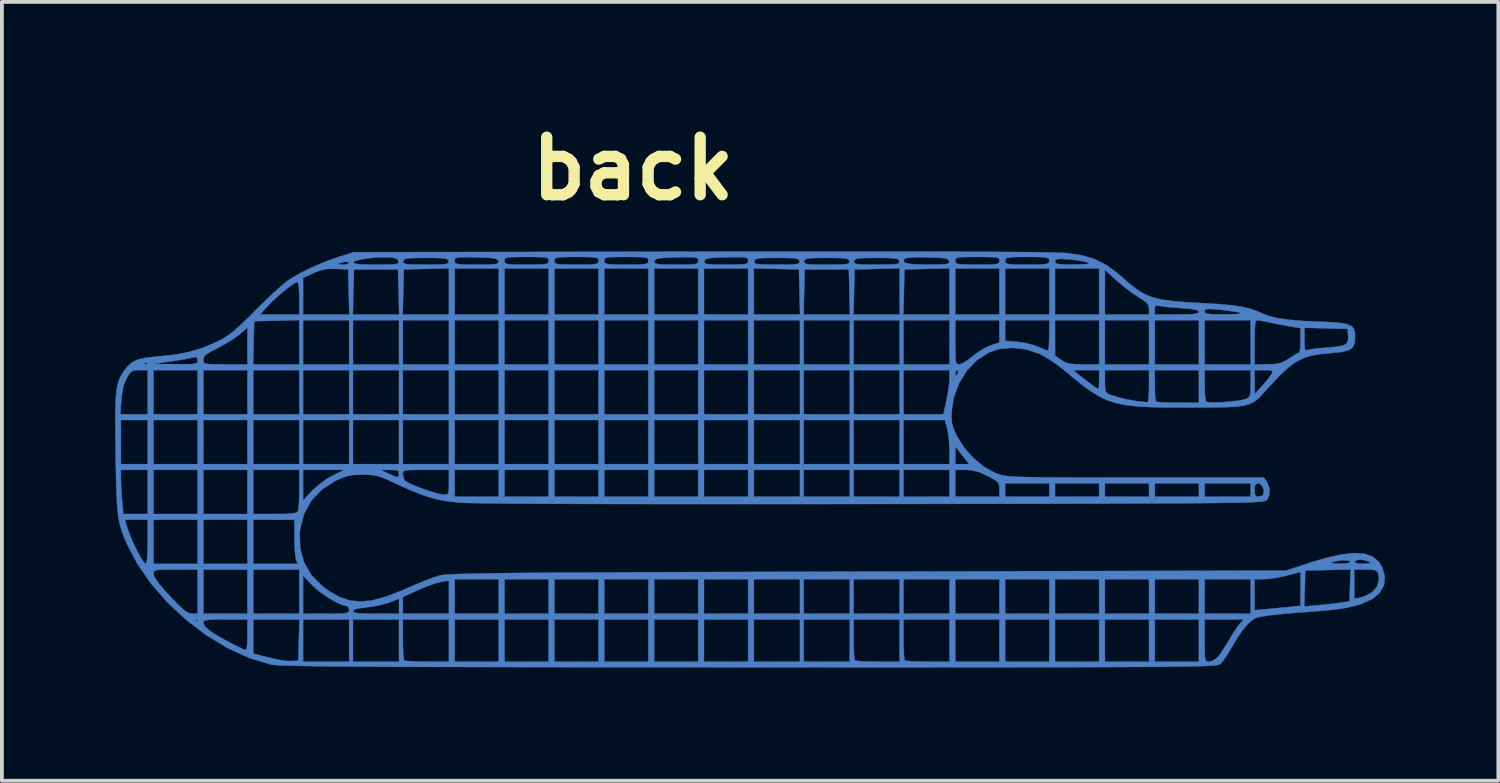
<source format=kicad_pcb>
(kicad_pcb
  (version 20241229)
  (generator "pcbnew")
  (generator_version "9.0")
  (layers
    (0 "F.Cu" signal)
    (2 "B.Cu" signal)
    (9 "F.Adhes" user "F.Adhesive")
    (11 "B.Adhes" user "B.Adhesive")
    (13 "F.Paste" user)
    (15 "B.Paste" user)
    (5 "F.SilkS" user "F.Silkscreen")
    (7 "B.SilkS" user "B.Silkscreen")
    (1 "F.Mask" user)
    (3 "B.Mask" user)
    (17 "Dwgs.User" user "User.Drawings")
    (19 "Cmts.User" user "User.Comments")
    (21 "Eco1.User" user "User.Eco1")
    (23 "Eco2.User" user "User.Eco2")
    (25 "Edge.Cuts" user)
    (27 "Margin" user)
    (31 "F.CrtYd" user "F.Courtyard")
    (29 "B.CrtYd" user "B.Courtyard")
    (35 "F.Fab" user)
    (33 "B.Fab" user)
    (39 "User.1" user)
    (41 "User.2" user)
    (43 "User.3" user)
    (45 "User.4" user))
  (footprint "back"
    (layer "F.Cu")
    (at 13.715 1.418)
    (property "Reference" "back" (at 0 0 0) (layer "F.SilkS") (effects (font (size 1.524 1.524) (thickness 0.3))))
    (attr through_hole)
    (fp_poly (pts (xy 6.536 2.193) (xy 7.481 2.194) (xy 8.328 2.196) (xy 9.076 2.199) (xy 9.724 2.203) (xy 10.273 2.207) (xy 10.722 2.212) (xy 11.071 2.218) (xy 11.318 2.225) (xy 11.465 2.232) (xy 11.479 2.234) (xy 11.887 2.294) (xy 12.228 2.395) (xy 12.535 2.551) (xy 12.838 2.774) (xy 12.966 2.887) (xy 13.177 3.07) (xy 13.367 3.214) (xy 13.555 3.324) (xy 13.758 3.405) (xy 13.995 3.464) (xy 14.281 3.505) (xy 14.636 3.535) (xy 15.037 3.558) (xy 15.474 3.583) (xy 15.826 3.615) (xy 16.108 3.654) (xy 16.335 3.705) (xy 16.523 3.769) (xy 16.637 3.821) (xy 16.824 3.897) (xy 17.062 3.956) (xy 17.366 4) (xy 17.747 4.032) (xy 18.147 4.05) (xy 18.485 4.065) (xy 18.735 4.084) (xy 18.91 4.115) (xy 19.023 4.163) (xy 19.088 4.234) (xy 19.117 4.333) (xy 19.124 4.466) (xy 19.124 4.474) (xy 19.109 4.63) (xy 19.055 4.738) (xy 18.946 4.81) (xy 18.766 4.854) (xy 18.5 4.881) (xy 18.5 4.881) (xy 18.205 4.909) (xy 17.961 4.951) (xy 17.749 5.018) (xy 17.552 5.119) (xy 17.354 5.266) (xy 17.137 5.467) (xy 16.885 5.734) (xy 16.725 5.91) (xy 16.622 6.023) (xy 16.527 6.114) (xy 16.429 6.184) (xy 16.315 6.236) (xy 16.172 6.274) (xy 15.988 6.299) (xy 15.75 6.314) (xy 15.446 6.322) (xy 15.064 6.324) (xy 14.681 6.325) (xy 14.156 6.323) (xy 13.718 6.314) (xy 13.353 6.295) (xy 13.044 6.26) (xy 12.779 6.205) (xy 12.542 6.125) (xy 12.319 6.017) (xy 12.095 5.875) (xy 11.855 5.696) (xy 11.585 5.475) (xy 11.423 5.338) (xy 11.421 5.336) (xy 11.659 5.336) (xy 11.786 5.44) (xy 11.924 5.55) (xy 12.071 5.663) (xy 12.203 5.76) (xy 12.296 5.825) (xy 12.327 5.842) (xy 12.337 5.796) (xy 12.343 5.679) (xy 12.344 5.588) (xy 12.344 5.334) (xy 12.497 5.334) (xy 12.497 5.633) (xy 12.501 5.802) (xy 12.52 5.899) (xy 12.565 5.953) (xy 12.636 5.987) (xy 12.835 6.05) (xy 13.084 6.11) (xy 13.331 6.154) (xy 13.411 6.163) (xy 13.541 6.178) (xy 13.623 6.189) (xy 13.627 6.189) (xy 13.644 6.146) (xy 13.657 6.025) (xy 13.665 5.847) (xy 13.665 5.766) (xy 13.665 5.334) (xy 13.818 5.334) (xy 13.818 5.732) (xy 13.822 5.924) (xy 13.832 6.075) (xy 13.848 6.157) (xy 13.851 6.164) (xy 13.913 6.178) (xy 14.054 6.189) (xy 14.252 6.196) (xy 14.436 6.198) (xy 14.986 6.198) (xy 14.986 5.334) (xy 15.138 5.334) (xy 15.138 5.732) (xy 15.143 5.925) (xy 15.155 6.078) (xy 15.172 6.163) (xy 15.177 6.17) (xy 15.245 6.186) (xy 15.386 6.191) (xy 15.574 6.185) (xy 15.78 6.171) (xy 15.977 6.149) (xy 16.138 6.123) (xy 16.218 6.101) (xy 16.291 6.067) (xy 16.333 6.019) (xy 16.352 5.929) (xy 16.357 5.774) (xy 16.358 5.691) (xy 16.358 5.334) (xy 16.459 5.334) (xy 16.463 5.969) (xy 16.669 5.742) (xy 16.788 5.604) (xy 16.883 5.483) (xy 16.922 5.424) (xy 16.94 5.371) (xy 16.907 5.344) (xy 16.802 5.335) (xy 16.715 5.334) (xy 16.459 5.334) (xy 16.358 5.334) (xy 15.138 5.334) (xy 14.986 5.334) (xy 13.818 5.334) (xy 13.665 5.334) (xy 12.497 5.334) (xy 12.344 5.334) (xy 12.002 5.335) (xy 11.659 5.336) (xy 11.421 5.336) (xy 11.218 5.18) (xy 10.986 5.026) (xy 10.776 4.909) (xy 10.77 4.906) (xy 10.418 4.786) (xy 10.049 4.743) (xy 9.693 4.777) (xy 9.439 4.861) (xy 9.119 5.061) (xy 8.848 5.338) (xy 8.637 5.675) (xy 8.497 6.053) (xy 8.443 6.389) (xy 8.435 6.595) (xy 8.448 6.747) (xy 8.491 6.89) (xy 8.574 7.071) (xy 8.579 7.082) (xy 8.769 7.386) (xy 9.02 7.667) (xy 9.305 7.901) (xy 9.599 8.062) (xy 9.627 8.073) (xy 9.685 8.094) (xy 9.745 8.112) (xy 9.815 8.127) (xy 9.902 8.14) (xy 10.014 8.15) (xy 10.159 8.159) (xy 10.344 8.165) (xy 10.579 8.17) (xy 10.869 8.174) (xy 11.223 8.176) (xy 11.65 8.178) (xy 12.156 8.178) (xy 12.749 8.179) (xy 13.309 8.179) (xy 16.707 8.179) (xy 16.787 8.292) (xy 16.857 8.468) (xy 16.847 8.653) (xy 16.793 8.766) (xy 16.784 8.777) (xy 16.768 8.788) (xy 16.744 8.798) (xy 16.706 8.807) (xy 16.651 8.815) (xy 16.574 8.822) (xy 16.471 8.829) (xy 16.338 8.835) (xy 16.171 8.84) (xy 15.966 8.845) (xy 15.718 8.849) (xy 15.424 8.853) (xy 15.079 8.856) (xy 14.68 8.859) (xy 14.222 8.862) (xy 13.701 8.864) (xy 13.112 8.867) (xy 12.453 8.869) (xy 11.718 8.87) (xy 10.903 8.872) (xy 10.005 8.874) (xy 9.019 8.875) (xy 7.941 8.877) (xy 6.767 8.879) (xy 6.341 8.879) (xy 5.041 8.881) (xy 3.813 8.882) (xy 2.659 8.882) (xy 1.581 8.882) (xy 0.583 8.881) (xy -0.336 8.88) (xy -1.171 8.878) (xy -1.921 8.875) (xy -2.584 8.872) (xy -3.158 8.868) (xy -3.641 8.864) (xy -4.03 8.859) (xy -4.323 8.854) (xy -4.518 8.848) (xy -4.597 8.843) (xy -4.909 8.808) (xy -5.185 8.758) (xy -5.454 8.684) (xy -5.742 8.578) (xy -6.077 8.434) (xy -6.274 8.342) (xy -6.508 8.235) (xy -6.682 8.165) (xy -6.826 8.125) (xy -6.971 8.107) (xy -7.146 8.103) (xy -7.164 8.103) (xy -7.389 8.11) (xy -7.564 8.138) (xy -7.738 8.201) (xy -7.886 8.27) (xy -8.239 8.496) (xy -8.515 8.785) (xy -8.707 9.129) (xy -8.813 9.524) (xy -8.827 9.656) (xy -8.813 10.07) (xy -8.706 10.442) (xy -8.507 10.773) (xy -8.214 11.066) (xy -8.056 11.182) (xy -7.783 11.338) (xy -7.51 11.433) (xy -7.225 11.464) (xy -6.911 11.433) (xy -6.574 11.343) (xy -6.096 11.343) (xy -6.096 11.786) (xy -4.877 11.786) (xy -4.877 10.909) (xy -5.085 10.942) (xy -5.23 10.98) (xy -5.429 11.049) (xy -5.644 11.136) (xy -5.695 11.159) (xy -6.096 11.343) (xy -6.574 11.343) (xy -6.553 11.337) (xy -6.137 11.177) (xy -6.005 11.119) (xy -5.749 11.009) (xy -5.497 10.907) (xy -5.402 10.871) (xy -4.724 10.871) (xy -4.724 11.786) (xy -3.556 11.786) (xy -3.556 10.871) (xy -3.404 10.871) (xy -3.404 11.786) (xy -2.235 11.786) (xy -2.235 10.871) (xy -2.083 10.871) (xy -2.083 11.786) (xy -0.914 11.786) (xy -0.914 10.871) (xy -0.762 10.871) (xy -0.762 11.786) (xy 0.406 11.786) (xy 0.406 10.871) (xy 0.559 10.871) (xy 0.559 11.786) (xy 1.727 11.786) (xy 1.727 10.871) (xy 1.88 10.871) (xy 1.88 11.786) (xy 3.048 11.786) (xy 3.048 10.871) (xy 3.2 10.871) (xy 3.2 11.786) (xy 4.42 11.786) (xy 4.42 10.871) (xy 4.521 10.871) (xy 4.521 11.786) (xy 5.74 11.786) (xy 5.74 10.871) (xy 5.842 10.871) (xy 5.842 11.786) (xy 7.061 11.786) (xy 7.061 10.871) (xy 7.163 10.871) (xy 7.163 11.786) (xy 8.382 11.786) (xy 8.382 10.871) (xy 8.534 10.871) (xy 8.534 11.786) (xy 9.703 11.786) (xy 9.703 10.871) (xy 9.855 10.871) (xy 9.855 11.786) (xy 11.024 11.786) (xy 11.024 10.871) (xy 11.176 10.871) (xy 11.176 11.786) (xy 12.344 11.786) (xy 12.344 10.871) (xy 12.497 10.871) (xy 12.497 11.786) (xy 13.665 11.786) (xy 13.665 10.871) (xy 13.818 10.871) (xy 13.818 11.786) (xy 14.986 11.786) (xy 14.986 10.871) (xy 15.138 10.871) (xy 15.138 11.786) (xy 16.358 11.786) (xy 16.358 10.871) (xy 16.459 10.871) (xy 16.459 11.692) (xy 16.802 11.661) (xy 17.032 11.64) (xy 17.267 11.617) (xy 17.412 11.603) (xy 17.502 11.593) (xy 17.776 11.593) (xy 18.172 11.557) (xy 18.395 11.535) (xy 18.607 11.511) (xy 18.764 11.489) (xy 18.771 11.488) (xy 18.974 11.454) (xy 18.989 11.034) (xy 19.003 10.617) (xy 19.101 10.617) (xy 19.101 11.392) (xy 19.257 11.361) (xy 19.412 11.307) (xy 19.562 11.224) (xy 19.706 11.067) (xy 19.756 10.873) (xy 19.74 10.744) (xy 19.714 10.673) (xy 19.663 10.635) (xy 19.562 10.62) (xy 19.405 10.617) (xy 19.101 10.617) (xy 19.003 10.617) (xy 19.003 10.614) (xy 18.404 10.628) (xy 17.805 10.643) (xy 17.776 11.593) (xy 17.502 11.593) (xy 17.678 11.575) (xy 17.678 10.68) (xy 17.314 10.775) (xy 17.091 10.825) (xy 16.869 10.859) (xy 16.704 10.871) (xy 16.459 10.871) (xy 16.358 10.871) (xy 15.138 10.871) (xy 14.986 10.871) (xy 13.818 10.871) (xy 13.665 10.871) (xy 12.497 10.871) (xy 12.344 10.871) (xy 11.176 10.871) (xy 11.024 10.871) (xy 9.855 10.871) (xy 9.703 10.871) (xy 8.534 10.871) (xy 8.382 10.871) (xy 7.163 10.871) (xy 7.061 10.871) (xy 5.842 10.871) (xy 5.74 10.871) (xy 4.521 10.871) (xy 4.42 10.871) (xy 3.2 10.871) (xy 3.048 10.871) (xy 1.88 10.871) (xy 1.727 10.871) (xy 0.559 10.871) (xy 0.406 10.871) (xy -0.762 10.871) (xy -0.914 10.871) (xy -2.083 10.871) (xy -2.235 10.871) (xy -3.404 10.871) (xy -3.556 10.871) (xy -4.724 10.871) (xy -5.402 10.871) (xy -5.279 10.825) (xy -5.131 10.776) (xy -5.09 10.767) (xy -5.033 10.759) (xy -4.954 10.751) (xy -4.85 10.744) (xy -4.717 10.737) (xy -4.552 10.731) (xy -4.349 10.726) (xy -4.105 10.72) (xy -3.816 10.716) (xy -3.479 10.711) (xy -3.088 10.707) (xy -2.641 10.703) (xy -2.133 10.699) (xy -1.56 10.696) (xy -0.919 10.693) (xy -0.205 10.689) (xy 0.586 10.686) (xy 1.457 10.683) (xy 2.413 10.68) (xy 3.457 10.677) (xy 4.593 10.674) (xy 5.827 10.671) (xy 6.223 10.67) (xy 17.297 10.643) (xy 17.862 10.456) (xy 17.923 10.437) (xy 18.493 10.437) (xy 18.526 10.451) (xy 18.651 10.459) (xy 18.707 10.46) (xy 18.867 10.454) (xy 18.972 10.435) (xy 18.999 10.414) (xy 18.982 10.401) (xy 19.115 10.401) (xy 19.134 10.442) (xy 19.237 10.461) (xy 19.338 10.463) (xy 19.48 10.456) (xy 19.526 10.436) (xy 19.506 10.416) (xy 19.383 10.37) (xy 19.251 10.354) (xy 19.148 10.371) (xy 19.115 10.401) (xy 18.982 10.401) (xy 18.955 10.381) (xy 18.844 10.37) (xy 18.698 10.38) (xy 18.55 10.411) (xy 18.542 10.414) (xy 18.493 10.437) (xy 17.923 10.437) (xy 18.356 10.307) (xy 18.772 10.214) (xy 19.114 10.18) (xy 19.389 10.202) (xy 19.602 10.282) (xy 19.759 10.42) (xy 19.837 10.546) (xy 19.911 10.799) (xy 19.888 11.031) (xy 19.774 11.234) (xy 19.571 11.402) (xy 19.287 11.525) (xy 19.131 11.571) (xy 18.987 11.608) (xy 18.838 11.638) (xy 18.667 11.664) (xy 18.456 11.688) (xy 18.189 11.713) (xy 17.847 11.74) (xy 17.592 11.759) (xy 17.177 11.793) (xy 16.858 11.828) (xy 16.631 11.863) (xy 16.489 11.899) (xy 16.461 11.912) (xy 16.314 12.021) (xy 16.152 12.208) (xy 15.97 12.48) (xy 15.823 12.73) (xy 15.718 12.902) (xy 15.614 13.046) (xy 15.533 13.129) (xy 15.532 13.13) (xy 15.513 13.138) (xy 15.476 13.146) (xy 15.42 13.153) (xy 15.339 13.16) (xy 15.231 13.166) (xy 15.092 13.172) (xy 14.917 13.177) (xy 14.703 13.181) (xy 14.447 13.185) (xy 14.145 13.189) (xy 13.793 13.192) (xy 13.387 13.195) (xy 12.923 13.197) (xy 12.399 13.199) (xy 11.81 13.201) (xy 11.152 13.202) (xy 10.422 13.203) (xy 9.616 13.204) (xy 8.731 13.204) (xy 7.762 13.205) (xy 6.706 13.205) (xy 5.56 13.205) (xy 4.319 13.204) (xy 3.075 13.204) (xy 1.711 13.203) (xy 0.446 13.203) (xy -0.725 13.202) (xy -1.805 13.201) (xy -2.797 13.2) (xy -3.704 13.198) (xy -4.531 13.196) (xy -5.281 13.194) (xy -5.956 13.192) (xy -6.562 13.19) (xy -7.1 13.187) (xy -7.575 13.183) (xy -7.99 13.18) (xy -8.348 13.176) (xy -8.654 13.171) (xy -8.91 13.166) (xy -9.12 13.161) (xy -9.287 13.155) (xy -9.415 13.149) (xy -9.507 13.142) (xy -9.567 13.135) (xy -9.581 13.133) (xy -10.156 12.96) (xy -10.732 12.698) (xy -11.294 12.359) (xy -11.723 12.034) (xy -11.379 12.034) (xy -11.335 12.124) (xy -11.211 12.235) (xy -11.137 12.286) (xy -10.981 12.381) (xy -10.796 12.485) (xy -10.606 12.587) (xy -10.435 12.673) (xy -10.307 12.732) (xy -10.249 12.75) (xy -10.231 12.704) (xy -10.218 12.58) (xy -10.211 12.402) (xy -10.211 12.344) (xy -10.211 11.938) (xy -10.058 11.938) (xy -10.058 12.841) (xy -9.741 12.922) (xy -9.489 12.984) (xy -9.305 13.021) (xy -9.16 13.037) (xy -9.026 13.037) (xy -9.017 13.037) (xy -8.865 13.03) (xy -8.85 12.484) (xy -8.836 11.938) (xy -8.738 11.938) (xy -8.738 13.056) (xy -7.518 13.056) (xy -7.518 11.938) (xy -7.417 11.938) (xy -7.417 13.056) (xy -6.198 13.056) (xy -6.198 11.938) (xy -6.096 11.938) (xy -6.096 12.463) (xy -6.093 12.685) (xy -6.085 12.867) (xy -6.072 12.987) (xy -6.062 13.022) (xy -6.001 13.035) (xy -5.859 13.046) (xy -5.66 13.053) (xy -5.453 13.056) (xy -4.877 13.056) (xy -4.877 11.938) (xy -4.724 11.938) (xy -4.724 13.056) (xy -3.556 13.056) (xy -3.556 11.938) (xy -3.404 11.938) (xy -3.404 13.056) (xy -2.235 13.056) (xy -2.235 11.938) (xy -2.083 11.938) (xy -2.083 13.056) (xy -0.914 13.056) (xy -0.914 11.938) (xy -0.762 11.938) (xy -0.762 13.056) (xy 0.406 13.056) (xy 0.406 11.938) (xy 0.559 11.938) (xy 0.559 13.056) (xy 1.727 13.056) (xy 1.727 11.938) (xy 1.88 11.938) (xy 1.88 13.056) (xy 3.048 13.056) (xy 3.048 11.938) (xy 3.2 11.938) (xy 3.2 13.056) (xy 4.42 13.056) (xy 4.42 11.938) (xy 4.521 11.938) (xy 4.521 13.056) (xy 5.74 13.056) (xy 5.74 11.938) (xy 5.842 11.938) (xy 5.842 12.463) (xy 5.845 12.685) (xy 5.853 12.867) (xy 5.866 12.987) (xy 5.876 13.022) (xy 5.937 13.035) (xy 6.079 13.046) (xy 6.278 13.053) (xy 6.485 13.056) (xy 7.061 13.056) (xy 7.061 11.938) (xy 7.163 11.938) (xy 7.163 12.463) (xy 7.166 12.685) (xy 7.174 12.867) (xy 7.186 12.987) (xy 7.197 13.022) (xy 7.258 13.035) (xy 7.4 13.046) (xy 7.599 13.053) (xy 7.806 13.056) (xy 8.382 13.056) (xy 8.382 11.938) (xy 8.534 11.938) (xy 8.534 13.056) (xy 9.703 13.056) (xy 9.703 11.938) (xy 9.855 11.938) (xy 9.855 13.056) (xy 11.024 13.056) (xy 11.024 11.938) (xy 11.176 11.938) (xy 11.176 13.056) (xy 12.344 13.056) (xy 12.344 11.938) (xy 12.497 11.938) (xy 12.497 13.056) (xy 13.665 13.056) (xy 13.665 11.938) (xy 13.818 11.938) (xy 13.818 13.056) (xy 14.986 13.056) (xy 14.986 11.938) (xy 15.138 11.938) (xy 15.138 12.497) (xy 15.139 12.741) (xy 15.144 12.901) (xy 15.157 12.995) (xy 15.181 13.04) (xy 15.22 13.054) (xy 15.257 13.056) (xy 15.376 13.02) (xy 15.48 12.941) (xy 15.559 12.84) (xy 15.663 12.683) (xy 15.772 12.503) (xy 15.776 12.497) (xy 15.884 12.317) (xy 15.988 12.159) (xy 16.067 12.055) (xy 16.069 12.052) (xy 16.172 11.938) (xy 15.138 11.938) (xy 14.986 11.938) (xy 13.818 11.938) (xy 13.665 11.938) (xy 12.497 11.938) (xy 12.344 11.938) (xy 11.176 11.938) (xy 11.024 11.938) (xy 9.855 11.938) (xy 9.703 11.938) (xy 8.534 11.938) (xy 8.382 11.938) (xy 7.163 11.938) (xy 7.061 11.938) (xy 5.842 11.938) (xy 5.74 11.938) (xy 4.521 11.938) (xy 4.42 11.938) (xy 3.2 11.938) (xy 3.048 11.938) (xy 1.88 11.938) (xy 1.727 11.938) (xy 0.559 11.938) (xy 0.406 11.938) (xy -0.762 11.938) (xy -0.914 11.938) (xy -2.083 11.938) (xy -2.235 11.938) (xy -3.404 11.938) (xy -3.556 11.938) (xy -4.724 11.938) (xy -4.877 11.938) (xy -6.096 11.938) (xy -6.198 11.938) (xy -7.417 11.938) (xy -7.518 11.938) (xy -8.738 11.938) (xy -8.836 11.938) (xy -10.058 11.938) (xy -10.211 11.938) (xy -10.795 11.938) (xy -11.046 11.939) (xy -11.213 11.945) (xy -11.313 11.957) (xy -11.362 11.98) (xy -11.378 12.016) (xy -11.379 12.034) (xy -11.723 12.034) (xy -11.817 11.963) (xy -11.582 11.963) (xy -11.557 11.989) (xy -11.532 11.963) (xy -11.557 11.938) (xy -11.582 11.963) (xy -11.817 11.963) (xy -11.829 11.954) (xy -12.323 11.495) (xy -12.761 10.992) (xy -12.938 10.738) (xy -12.7 10.738) (xy -12.663 10.837) (xy -12.552 10.995) (xy -12.364 11.213) (xy -12.263 11.322) (xy -12.069 11.523) (xy -11.927 11.659) (xy -11.821 11.74) (xy -11.737 11.778) (xy -11.679 11.786) (xy -11.532 11.786) (xy -11.532 10.617) (xy -11.379 10.617) (xy -11.379 11.786) (xy -10.211 11.786) (xy -10.211 10.617) (xy -10.058 10.617) (xy -10.058 11.786) (xy -8.839 11.786) (xy -8.738 11.786) (xy -8.128 11.786) (xy -7.871 11.785) (xy -7.698 11.78) (xy -7.593 11.768) (xy -7.54 11.747) (xy -7.522 11.717) (xy -7.417 11.717) (xy -7.395 11.747) (xy -7.322 11.767) (xy -7.183 11.78) (xy -6.963 11.785) (xy -6.807 11.786) (xy -6.198 11.786) (xy -6.198 11.389) (xy -6.462 11.49) (xy -6.661 11.549) (xy -6.901 11.597) (xy -7.072 11.619) (xy -7.276 11.644) (xy -7.387 11.678) (xy -7.417 11.717) (xy -7.522 11.717) (xy -7.521 11.714) (xy -7.518 11.684) (xy -7.547 11.602) (xy -7.586 11.582) (xy -7.711 11.552) (xy -7.885 11.47) (xy -8.084 11.354) (xy -8.28 11.218) (xy -8.447 11.08) (xy -8.503 11.025) (xy -8.738 10.774) (xy -8.738 11.786) (xy -8.839 11.786) (xy -8.839 10.617) (xy -10.058 10.617) (xy -10.211 10.617) (xy -11.379 10.617) (xy -11.532 10.617) (xy -12.116 10.617) (xy -12.366 10.618) (xy -12.532 10.622) (xy -12.632 10.634) (xy -12.681 10.656) (xy -12.698 10.693) (xy -12.7 10.738) (xy -12.938 10.738) (xy -13.131 10.459) (xy -13.404 9.937) (xy -13.477 9.765) (xy -13.537 9.608) (xy -13.584 9.453) (xy -13.617 9.296) (xy -13.454 9.296) (xy -13.405 9.474) (xy -13.347 9.646) (xy -13.266 9.844) (xy -13.172 10.045) (xy -13.076 10.229) (xy -12.989 10.373) (xy -12.923 10.454) (xy -12.902 10.465) (xy -12.881 10.416) (xy -12.864 10.281) (xy -12.855 10.073) (xy -12.852 9.881) (xy -12.852 9.296) (xy -12.7 9.296) (xy -12.7 10.465) (xy -11.532 10.465) (xy -11.532 9.296) (xy -11.379 9.296) (xy -11.379 10.465) (xy -10.211 10.465) (xy -10.211 9.296) (xy -10.058 9.296) (xy -10.058 10.465) (xy -8.883 10.465) (xy -8.925 10.351) (xy -8.943 10.25) (xy -8.957 10.078) (xy -8.965 9.865) (xy -8.966 9.766) (xy -8.966 9.296) (xy -10.058 9.296) (xy -10.211 9.296) (xy -11.379 9.296) (xy -11.532 9.296) (xy -12.7 9.296) (xy -12.852 9.296) (xy -13.454 9.296) (xy -13.617 9.296) (xy -13.62 9.285) (xy -13.647 9.091) (xy -13.667 8.858) (xy -13.681 8.57) (xy -13.691 8.215) (xy -13.695 7.976) (xy -13.564 7.976) (xy -13.563 8.217) (xy -13.558 8.401) (xy -13.545 8.629) (xy -13.53 8.801) (xy -13.498 9.144) (xy -12.852 9.144) (xy -12.852 7.976) (xy -12.7 7.976) (xy -12.7 9.144) (xy -11.532 9.144) (xy -11.532 7.976) (xy -11.379 7.976) (xy -11.379 9.144) (xy -10.211 9.144) (xy -10.211 7.976) (xy -10.058 7.976) (xy -10.058 9.144) (xy -9.48 9.144) (xy -9.222 9.142) (xy -9.049 9.134) (xy -8.944 9.117) (xy -8.888 9.091) (xy -8.87 9.064) (xy -8.857 8.98) (xy -8.846 8.822) (xy -8.84 8.615) (xy -8.839 8.479) (xy -8.839 7.976) (xy -8.738 7.976) (xy -8.738 8.784) (xy -8.503 8.533) (xy -8.32 8.367) (xy -8.1 8.209) (xy -7.961 8.129) (xy -7.66 7.978) (xy -6.68 7.978) (xy -6.477 8.074) (xy -6.323 8.144) (xy -6.24 8.168) (xy -6.205 8.146) (xy -6.199 8.096) (xy -6.096 8.096) (xy -6.068 8.216) (xy -6.025 8.276) (xy -5.928 8.331) (xy -5.764 8.403) (xy -5.562 8.479) (xy -5.353 8.55) (xy -5.167 8.605) (xy -5.036 8.632) (xy -5.016 8.634) (xy -4.941 8.631) (xy -4.9 8.603) (xy -4.881 8.528) (xy -4.877 8.382) (xy -4.877 8.306) (xy -4.877 7.976) (xy -4.724 7.976) (xy -4.724 8.687) (xy -3.556 8.687) (xy -3.556 7.976) (xy -3.404 7.976) (xy -3.404 8.687) (xy -2.235 8.687) (xy -2.235 7.976) (xy -2.083 7.976) (xy -2.083 8.687) (xy -0.914 8.687) (xy -0.914 7.976) (xy -0.762 7.976) (xy -0.762 8.687) (xy 0.406 8.687) (xy 0.406 7.976) (xy 0.559 7.976) (xy 0.559 8.687) (xy 1.727 8.687) (xy 1.727 7.976) (xy 1.88 7.976) (xy 1.88 8.687) (xy 3.048 8.687) (xy 3.048 7.976) (xy 3.2 7.976) (xy 3.2 8.687) (xy 4.42 8.687) (xy 4.42 7.976) (xy 4.521 7.976) (xy 4.521 8.687) (xy 5.74 8.687) (xy 5.74 7.976) (xy 5.842 7.976) (xy 5.842 8.687) (xy 7.061 8.687) (xy 7.061 7.976) (xy 7.163 7.976) (xy 7.163 8.687) (xy 8.382 8.687) (xy 8.382 7.976) (xy 8.534 7.976) (xy 8.534 8.687) (xy 9.703 8.687) (xy 9.703 8.492) (xy 9.698 8.387) (xy 9.675 8.331) (xy 9.855 8.331) (xy 9.855 8.687) (xy 11.024 8.687) (xy 11.024 8.331) (xy 11.176 8.331) (xy 11.176 8.687) (xy 12.344 8.687) (xy 12.344 8.331) (xy 12.497 8.331) (xy 12.497 8.687) (xy 13.665 8.687) (xy 13.665 8.331) (xy 13.818 8.331) (xy 13.818 8.687) (xy 14.986 8.687) (xy 14.986 8.331) (xy 15.138 8.331) (xy 15.138 8.687) (xy 16.358 8.687) (xy 16.358 8.509) (xy 16.459 8.509) (xy 16.471 8.632) (xy 16.516 8.681) (xy 16.558 8.687) (xy 16.656 8.662) (xy 16.69 8.633) (xy 16.709 8.528) (xy 16.673 8.416) (xy 16.6 8.341) (xy 16.56 8.331) (xy 16.49 8.351) (xy 16.462 8.43) (xy 16.459 8.509) (xy 16.358 8.509) (xy 16.358 8.331) (xy 15.138 8.331) (xy 14.986 8.331) (xy 13.818 8.331) (xy 13.665 8.331) (xy 12.497 8.331) (xy 12.344 8.331) (xy 11.176 8.331) (xy 11.024 8.331) (xy 9.855 8.331) (xy 9.675 8.331) (xy 9.668 8.313) (xy 9.595 8.249) (xy 9.458 8.171) (xy 9.391 8.136) (xy 9.161 8.034) (xy 8.96 7.985) (xy 8.807 7.976) (xy 8.534 7.976) (xy 8.382 7.976) (xy 7.163 7.976) (xy 7.061 7.976) (xy 5.842 7.976) (xy 5.74 7.976) (xy 4.521 7.976) (xy 4.42 7.976) (xy 3.2 7.976) (xy 3.048 7.976) (xy 1.88 7.976) (xy 1.727 7.976) (xy 0.559 7.976) (xy 0.406 7.976) (xy -0.762 7.976) (xy -0.914 7.976) (xy -2.083 7.976) (xy -2.235 7.976) (xy -3.404 7.976) (xy -3.556 7.976) (xy -4.724 7.976) (xy -4.877 7.976) (xy -5.486 7.976) (xy -5.743 7.976) (xy -5.915 7.98) (xy -6.02 7.991) (xy -6.073 8.012) (xy -6.093 8.046) (xy -6.096 8.096) (xy -6.199 8.096) (xy -6.198 8.079) (xy -6.198 8.077) (xy -6.212 8.015) (xy -6.27 7.985) (xy -6.399 7.977) (xy -6.439 7.977) (xy -6.68 7.978) (xy -7.66 7.978) (xy -7.655 7.976) (xy -8.738 7.976) (xy -8.839 7.976) (xy -10.058 7.976) (xy -10.211 7.976) (xy -11.379 7.976) (xy -11.532 7.976) (xy -12.7 7.976) (xy -12.852 7.976) (xy -13.564 7.976) (xy -13.695 7.976) (xy -13.699 7.779) (xy -13.702 7.54) (xy -13.708 7.054) (xy -13.71 6.659) (xy -13.71 6.655) (xy -13.564 6.655) (xy -13.564 7.823) (xy -12.852 7.823) (xy -12.852 6.655) (xy -12.7 6.655) (xy -12.7 7.823) (xy -11.532 7.823) (xy -11.532 6.655) (xy -11.379 6.655) (xy -11.379 7.823) (xy -10.211 7.823) (xy -10.211 6.655) (xy -10.058 6.655) (xy -10.058 7.823) (xy -8.839 7.823) (xy -8.839 6.655) (xy -8.738 6.655) (xy -8.738 7.823) (xy -7.518 7.823) (xy -7.518 6.655) (xy -7.417 6.655) (xy -7.417 7.823) (xy -6.198 7.823) (xy -6.198 6.655) (xy -6.096 6.655) (xy -6.096 7.823) (xy -4.877 7.823) (xy -4.877 6.655) (xy -4.724 6.655) (xy -4.724 7.823) (xy -3.556 7.823) (xy -3.556 6.655) (xy -3.404 6.655) (xy -3.404 7.823) (xy -2.235 7.823) (xy -2.235 6.655) (xy -2.083 6.655) (xy -2.083 7.823) (xy -0.914 7.823) (xy -0.914 6.655) (xy -0.762 6.655) (xy -0.762 7.823) (xy 0.406 7.823) (xy 0.406 6.655) (xy 0.559 6.655) (xy 0.559 7.823) (xy 1.727 7.823) (xy 1.727 6.655) (xy 1.88 6.655) (xy 1.88 7.823) (xy 3.048 7.823) (xy 3.048 6.655) (xy 3.2 6.655) (xy 3.2 7.823) (xy 4.42 7.823) (xy 4.42 6.655) (xy 4.521 6.655) (xy 4.521 7.823) (xy 5.74 7.823) (xy 5.74 6.655) (xy 5.842 6.655) (xy 5.842 7.823) (xy 7.061 7.823) (xy 7.061 6.655) (xy 7.163 6.655) (xy 7.163 7.823) (xy 8.382 7.823) (xy 8.382 7.586) (xy 8.534 7.586) (xy 8.534 7.823) (xy 8.899 7.823) (xy 8.732 7.607) (xy 8.636 7.483) (xy 8.569 7.395) (xy 8.55 7.37) (xy 8.541 7.403) (xy 8.535 7.509) (xy 8.534 7.586) (xy 8.382 7.586) (xy 8.382 7.468) (xy 8.373 7.246) (xy 8.349 7.027) (xy 8.321 6.884) (xy 8.259 6.655) (xy 7.163 6.655) (xy 7.061 6.655) (xy 5.842 6.655) (xy 5.74 6.655) (xy 4.521 6.655) (xy 4.42 6.655) (xy 3.2 6.655) (xy 3.048 6.655) (xy 1.88 6.655) (xy 1.727 6.655) (xy 0.559 6.655) (xy 0.406 6.655) (xy -0.762 6.655) (xy -0.914 6.655) (xy -2.083 6.655) (xy -2.235 6.655) (xy -3.404 6.655) (xy -3.556 6.655) (xy -4.724 6.655) (xy -4.877 6.655) (xy -6.096 6.655) (xy -6.198 6.655) (xy -7.417 6.655) (xy -7.518 6.655) (xy -8.738 6.655) (xy -8.839 6.655) (xy -10.058 6.655) (xy -10.211 6.655) (xy -11.379 6.655) (xy -11.532 6.655) (xy -12.7 6.655) (xy -12.852 6.655) (xy -13.564 6.655) (xy -13.71 6.655) (xy -13.709 6.502) (xy -13.577 6.502) (xy -12.852 6.502) (xy -12.852 5.334) (xy -12.7 5.334) (xy -12.7 6.502) (xy -11.532 6.502) (xy -11.532 5.334) (xy -11.379 5.334) (xy -11.379 6.502) (xy -10.211 6.502) (xy -10.211 5.334) (xy -10.058 5.334) (xy -10.058 6.502) (xy -8.839 6.502) (xy -8.839 5.334) (xy -8.738 5.334) (xy -8.738 6.502) (xy -7.518 6.502) (xy -7.518 5.334) (xy -7.417 5.334) (xy -7.417 6.502) (xy -6.198 6.502) (xy -6.198 5.334) (xy -6.096 5.334) (xy -6.096 6.502) (xy -4.877 6.502) (xy -4.877 5.334) (xy -4.724 5.334) (xy -4.724 6.502) (xy -3.556 6.502) (xy -3.556 5.334) (xy -3.404 5.334) (xy -3.404 6.502) (xy -2.235 6.502) (xy -2.235 5.334) (xy -2.083 5.334) (xy -2.083 6.502) (xy -0.914 6.502) (xy -0.914 5.334) (xy -0.762 5.334) (xy -0.762 6.502) (xy 0.406 6.502) (xy 0.406 5.334) (xy 0.559 5.334) (xy 0.559 6.502) (xy 1.727 6.502) (xy 1.727 5.334) (xy 1.88 5.334) (xy 1.88 6.502) (xy 3.048 6.502) (xy 3.048 5.334) (xy 3.2 5.334) (xy 3.2 6.502) (xy 4.42 6.502) (xy 4.42 5.334) (xy 4.521 5.334) (xy 4.521 6.502) (xy 5.74 6.502) (xy 5.74 5.334) (xy 5.842 5.334) (xy 5.842 6.502) (xy 7.061 6.502) (xy 7.061 5.334) (xy 7.163 5.334) (xy 7.163 6.502) (xy 8.219 6.502) (xy 8.3 6.141) (xy 8.342 5.923) (xy 8.372 5.709) (xy 8.382 5.556) (xy 8.382 5.41) (xy 8.534 5.41) (xy 8.545 5.478) (xy 8.554 5.486) (xy 8.587 5.447) (xy 8.604 5.41) (xy 8.605 5.345) (xy 8.584 5.334) (xy 8.54 5.375) (xy 8.534 5.41) (xy 8.382 5.41) (xy 8.382 5.334) (xy 7.163 5.334) (xy 7.061 5.334) (xy 5.842 5.334) (xy 5.74 5.334) (xy 4.521 5.334) (xy 4.42 5.334) (xy 3.2 5.334) (xy 3.048 5.334) (xy 1.88 5.334) (xy 1.727 5.334) (xy 0.559 5.334) (xy 0.406 5.334) (xy -0.762 5.334) (xy -0.914 5.334) (xy -2.083 5.334) (xy -2.235 5.334) (xy -3.404 5.334) (xy -3.556 5.334) (xy -4.724 5.334) (xy -4.877 5.334) (xy -6.096 5.334) (xy -6.198 5.334) (xy -7.417 5.334) (xy -7.518 5.334) (xy -8.738 5.334) (xy -8.839 5.334) (xy -10.058 5.334) (xy -10.211 5.334) (xy -11.379 5.334) (xy -11.532 5.334) (xy -12.7 5.334) (xy -12.852 5.334) (xy -13.072 5.334) (xy -13.21 5.342) (xy -13.296 5.381) (xy -13.369 5.476) (xy -13.41 5.546) (xy -13.495 5.753) (xy -13.543 6.015) (xy -13.553 6.13) (xy -13.577 6.502) (xy -13.709 6.502) (xy -13.707 6.342) (xy -13.698 6.091) (xy -13.682 5.894) (xy -13.657 5.74) (xy -13.623 5.618) (xy -13.579 5.514) (xy -13.523 5.419) (xy -13.5 5.384) (xy -13.384 5.232) (xy -13.289 5.148) (xy -12.937 5.148) (xy -12.93 5.178) (xy -12.903 5.182) (xy -12.879 5.171) (xy -12.725 5.171) (xy -12.129 5.176) (xy -11.875 5.178) (xy -11.705 5.175) (xy -11.603 5.164) (xy -11.552 5.143) (xy -11.534 5.109) (xy -11.532 5.074) (xy -11.535 5.059) (xy -11.379 5.059) (xy -11.376 5.112) (xy -11.356 5.146) (xy -11.301 5.167) (xy -11.194 5.178) (xy -11.018 5.181) (xy -10.795 5.182) (xy -10.211 5.182) (xy -10.062 5.182) (xy -8.839 5.182) (xy -8.839 4.013) (xy -8.738 4.013) (xy -8.738 5.182) (xy -7.518 5.182) (xy -7.518 4.013) (xy -7.417 4.013) (xy -7.417 5.182) (xy -6.198 5.182) (xy -6.198 4.013) (xy -6.096 4.013) (xy -6.096 5.182) (xy -4.877 5.182) (xy -4.877 4.013) (xy -4.724 4.013) (xy -4.724 5.182) (xy -3.556 5.182) (xy -3.556 4.013) (xy -3.404 4.013) (xy -3.404 5.182) (xy -2.235 5.182) (xy -2.235 4.013) (xy -2.083 4.013) (xy -2.083 5.182) (xy -0.914 5.182) (xy -0.914 4.013) (xy -0.762 4.013) (xy -0.762 5.182) (xy 0.406 5.182) (xy 0.406 4.013) (xy 0.559 4.013) (xy 0.559 5.182) (xy 1.727 5.182) (xy 1.727 4.013) (xy 1.88 4.013) (xy 1.88 5.182) (xy 3.048 5.182) (xy 3.048 4.013) (xy 3.2 4.013) (xy 3.2 5.182) (xy 4.42 5.182) (xy 4.42 4.013) (xy 4.521 4.013) (xy 4.521 5.182) (xy 5.74 5.182) (xy 5.74 4.013) (xy 5.842 4.013) (xy 5.842 5.182) (xy 7.061 5.182) (xy 7.061 4.013) (xy 7.163 4.013) (xy 7.163 5.182) (xy 8.382 5.182) (xy 8.382 4.013) (xy 8.534 4.013) (xy 8.534 4.597) (xy 8.535 4.848) (xy 8.54 5.015) (xy 8.552 5.114) (xy 8.575 5.163) (xy 8.611 5.18) (xy 8.641 5.182) (xy 8.735 5.149) (xy 8.868 5.066) (xy 8.979 4.978) (xy 9.155 4.846) (xy 9.351 4.732) (xy 9.457 4.686) (xy 9.703 4.599) (xy 9.703 4.013) (xy 9.855 4.013) (xy 9.855 4.558) (xy 10.174 4.584) (xy 10.391 4.616) (xy 10.606 4.671) (xy 10.72 4.713) (xy 10.86 4.775) (xy 10.96 4.814) (xy 10.986 4.822) (xy 11.003 4.777) (xy 11.016 4.654) (xy 11.023 4.478) (xy 11.024 4.42) (xy 11.024 4.013) (xy 11.176 4.013) (xy 11.177 4.483) (xy 11.178 4.953) (xy 11.341 5.067) (xy 11.443 5.127) (xy 11.557 5.161) (xy 11.714 5.178) (xy 11.925 5.182) (xy 12.344 5.182) (xy 12.344 4.013) (xy 12.497 4.013) (xy 12.497 5.182) (xy 13.665 5.182) (xy 13.665 4.013) (xy 13.818 4.013) (xy 13.818 5.182) (xy 14.986 5.182) (xy 14.986 4.013) (xy 15.138 4.013) (xy 15.138 5.182) (xy 16.358 5.182) (xy 16.358 4.597) (xy 16.459 4.597) (xy 16.459 5.182) (xy 16.802 5.181) (xy 17.005 5.173) (xy 17.151 5.145) (xy 17.281 5.085) (xy 17.369 5.028) (xy 17.502 4.943) (xy 17.602 4.888) (xy 17.635 4.877) (xy 17.657 4.83) (xy 17.673 4.709) (xy 17.678 4.549) (xy 17.678 4.525) (xy 17.78 4.525) (xy 17.783 4.695) (xy 17.797 4.784) (xy 17.827 4.811) (xy 17.869 4.801) (xy 17.96 4.781) (xy 18.121 4.76) (xy 18.321 4.742) (xy 18.364 4.738) (xy 18.619 4.717) (xy 18.789 4.686) (xy 18.888 4.639) (xy 18.933 4.567) (xy 18.941 4.46) (xy 18.939 4.429) (xy 18.923 4.242) (xy 17.78 4.213) (xy 17.78 4.525) (xy 17.678 4.525) (xy 17.678 4.221) (xy 17.488 4.192) (xy 17.338 4.167) (xy 17.136 4.128) (xy 16.942 4.088) (xy 16.757 4.05) (xy 16.607 4.023) (xy 16.525 4.013) (xy 16.523 4.013) (xy 16.493 4.042) (xy 16.474 4.137) (xy 16.463 4.31) (xy 16.459 4.571) (xy 16.459 4.597) (xy 16.358 4.597) (xy 16.358 4.013) (xy 15.138 4.013) (xy 14.986 4.013) (xy 13.818 4.013) (xy 13.665 4.013) (xy 12.497 4.013) (xy 12.344 4.013) (xy 11.176 4.013) (xy 11.024 4.013) (xy 9.855 4.013) (xy 9.703 4.013) (xy 8.534 4.013) (xy 8.382 4.013) (xy 7.163 4.013) (xy 7.061 4.013) (xy 5.842 4.013) (xy 5.74 4.013) (xy 4.521 4.013) (xy 4.42 4.013) (xy 3.2 4.013) (xy 3.048 4.013) (xy 1.88 4.013) (xy 1.727 4.013) (xy 0.559 4.013) (xy 0.406 4.013) (xy -0.762 4.013) (xy -0.914 4.013) (xy -2.083 4.013) (xy -2.235 4.013) (xy -3.404 4.013) (xy -3.556 4.013) (xy -4.724 4.013) (xy -4.877 4.013) (xy -6.096 4.013) (xy -6.198 4.013) (xy -7.417 4.013) (xy -7.518 4.013) (xy -8.738 4.013) (xy -8.839 4.013) (xy -8.839 4.01) (xy -9.436 4.024) (xy -10.033 4.039) (xy -10.062 5.182) (xy -10.211 5.182) (xy -10.211 4.208) (xy -10.419 4.387) (xy -10.569 4.498) (xy -10.771 4.624) (xy -10.984 4.741) (xy -11.003 4.751) (xy -11.194 4.85) (xy -11.309 4.925) (xy -11.365 4.99) (xy -11.379 5.059) (xy -11.535 5.059) (xy -11.546 5.001) (xy -11.608 4.99) (xy -11.671 5.005) (xy -11.784 5.029) (xy -11.966 5.06) (xy -12.183 5.094) (xy -12.268 5.107) (xy -12.725 5.171) (xy -12.879 5.171) (xy -12.861 5.163) (xy -12.869 5.148) (xy -12.93 5.142) (xy -12.937 5.148) (xy -13.289 5.148) (xy -13.264 5.126) (xy -13.117 5.055) (xy -12.919 5.009) (xy -12.647 4.978) (xy -12.575 4.972) (xy -12.124 4.923) (xy -11.74 4.849) (xy -11.39 4.741) (xy -11.038 4.592) (xy -11.024 4.585) (xy -10.868 4.504) (xy -10.725 4.414) (xy -10.577 4.301) (xy -10.408 4.152) (xy -10.2 3.952) (xy -10.109 3.861) (xy -9.873 3.861) (xy -8.839 3.861) (xy -8.839 3.429) (xy -8.844 3.234) (xy -8.856 3.085) (xy -8.874 3.005) (xy -8.882 2.997) (xy -8.963 3.031) (xy -9.096 3.121) (xy -9.26 3.251) (xy -9.437 3.405) (xy -9.607 3.566) (xy -9.751 3.719) (xy -9.753 3.721) (xy -9.873 3.861) (xy -10.109 3.861) (xy -10.008 3.759) (xy -9.782 3.536) (xy -9.562 3.326) (xy -9.364 3.146) (xy -9.206 3.011) (xy -9.127 2.951) (xy -9.026 2.89) (xy -8.738 2.89) (xy -8.738 3.861) (xy -7.515 3.861) (xy -7.42 3.861) (xy -6.194 3.861) (xy -6.099 3.861) (xy -4.877 3.861) (xy -4.877 2.642) (xy -4.724 2.642) (xy -4.724 3.861) (xy -3.556 3.861) (xy -3.556 2.642) (xy -3.404 2.642) (xy -3.404 3.861) (xy -2.235 3.861) (xy -2.235 2.642) (xy -2.083 2.642) (xy -2.083 3.861) (xy -0.914 3.861) (xy -0.914 2.642) (xy -0.762 2.642) (xy -0.762 3.861) (xy 0.406 3.861) (xy 0.406 2.642) (xy 0.559 2.642) (xy 0.559 3.861) (xy 1.727 3.861) (xy 1.727 2.642) (xy 1.88 2.642) (xy 1.88 3.861) (xy 3.048 3.861) (xy 3.2 3.861) (xy 4.423 3.861) (xy 4.518 3.861) (xy 5.744 3.861) (xy 5.839 3.861) (xy 7.061 3.861) (xy 7.16 3.861) (xy 8.382 3.861) (xy 8.382 2.642) (xy 8.534 2.642) (xy 8.534 3.861) (xy 9.703 3.861) (xy 9.703 2.642) (xy 9.855 2.642) (xy 9.855 3.861) (xy 11.024 3.861) (xy 11.024 2.642) (xy 11.176 2.642) (xy 11.176 3.861) (xy 12.344 3.861) (xy 12.497 3.861) (xy 13.665 3.861) (xy 13.665 3.728) (xy 13.818 3.728) (xy 13.818 3.861) (xy 14.402 3.861) (xy 14.663 3.858) (xy 14.838 3.85) (xy 14.939 3.833) (xy 14.982 3.807) (xy 14.986 3.792) (xy 14.976 3.779) (xy 15.138 3.779) (xy 15.151 3.815) (xy 15.199 3.839) (xy 15.301 3.852) (xy 15.473 3.856) (xy 15.684 3.856) (xy 15.919 3.851) (xy 16.058 3.844) (xy 16.108 3.832) (xy 16.077 3.815) (xy 16.053 3.808) (xy 15.91 3.782) (xy 15.711 3.754) (xy 15.507 3.731) (xy 15.315 3.716) (xy 15.203 3.717) (xy 15.151 3.736) (xy 15.138 3.778) (xy 15.138 3.779) (xy 14.976 3.779) (xy 14.957 3.755) (xy 14.861 3.727) (xy 14.684 3.705) (xy 14.516 3.693) (xy 14.295 3.677) (xy 14.101 3.657) (xy 13.965 3.637) (xy 13.932 3.63) (xy 13.848 3.619) (xy 13.82 3.675) (xy 13.818 3.728) (xy 13.665 3.728) (xy 13.665 3.713) (xy 13.651 3.62) (xy 13.595 3.543) (xy 13.477 3.457) (xy 13.399 3.41) (xy 13.227 3.296) (xy 13.024 3.143) (xy 12.831 2.982) (xy 12.814 2.966) (xy 12.497 2.679) (xy 12.497 3.861) (xy 12.344 3.861) (xy 12.344 2.642) (xy 11.176 2.642) (xy 11.024 2.642) (xy 9.855 2.642) (xy 9.703 2.642) (xy 8.534 2.642) (xy 8.382 2.642) (xy 8.382 2.638) (xy 7.785 2.653) (xy 7.188 2.667) (xy 7.174 3.264) (xy 7.16 3.861) (xy 7.061 3.861) (xy 7.061 2.638) (xy 6.464 2.653) (xy 5.867 2.667) (xy 5.853 3.264) (xy 5.839 3.861) (xy 5.744 3.861) (xy 5.715 2.667) (xy 4.547 2.667) (xy 4.532 3.264) (xy 4.518 3.861) (xy 4.423 3.861) (xy 4.394 2.667) (xy 3.797 2.653) (xy 3.2 2.638) (xy 3.2 3.861) (xy 3.048 3.861) (xy 3.048 2.642) (xy 1.88 2.642) (xy 1.727 2.642) (xy 0.559 2.642) (xy 0.406 2.642) (xy -0.762 2.642) (xy -0.914 2.642) (xy -2.083 2.642) (xy -2.235 2.642) (xy -3.404 2.642) (xy -3.556 2.642) (xy -4.724 2.642) (xy -4.877 2.642) (xy -4.877 2.638) (xy -5.474 2.653) (xy -6.071 2.667) (xy -6.085 3.264) (xy -6.099 3.861) (xy -6.194 3.861) (xy -6.223 2.667) (xy -7.391 2.667) (xy -7.406 3.264) (xy -7.42 3.861) (xy -7.515 3.861) (xy -7.544 2.667) (xy -7.864 2.652) (xy -8.092 2.654) (xy -8.282 2.692) (xy -8.461 2.763) (xy -8.738 2.89) (xy -9.026 2.89) (xy -8.834 2.775) (xy -8.476 2.599) (xy -8.308 2.529) (xy -7.81 2.529) (xy -7.735 2.539) (xy -7.679 2.54) (xy -7.569 2.526) (xy -7.519 2.491) (xy -7.518 2.488) (xy -7.536 2.477) (xy -7.404 2.477) (xy -7.389 2.504) (xy -7.313 2.523) (xy -7.165 2.535) (xy -6.933 2.54) (xy -6.808 2.54) (xy -6.548 2.539) (xy -6.374 2.534) (xy -6.269 2.522) (xy -6.218 2.502) (xy -6.205 2.47) (xy -6.207 2.451) (xy -6.086 2.451) (xy -6.085 2.489) (xy -6.054 2.514) (xy -5.976 2.529) (xy -5.836 2.537) (xy -5.618 2.54) (xy -5.486 2.54) (xy -5.227 2.539) (xy -5.053 2.534) (xy -4.948 2.522) (xy -4.898 2.502) (xy -4.884 2.47) (xy -4.886 2.451) (xy -4.893 2.437) (xy -4.724 2.437) (xy -4.719 2.481) (xy -4.69 2.51) (xy -4.621 2.528) (xy -4.494 2.537) (xy -4.293 2.54) (xy -4.136 2.54) (xy -3.884 2.539) (xy -3.717 2.533) (xy -3.619 2.521) (xy -3.573 2.499) (xy -3.564 2.465) (xy -3.566 2.451) (xy -3.572 2.438) (xy -3.404 2.438) (xy -3.397 2.482) (xy -3.367 2.511) (xy -3.296 2.528) (xy -3.167 2.537) (xy -2.962 2.54) (xy -2.819 2.54) (xy -2.568 2.539) (xy -2.402 2.534) (xy -2.302 2.521) (xy -2.253 2.499) (xy -2.237 2.463) (xy -2.235 2.438) (xy -2.083 2.438) (xy -2.077 2.482) (xy -2.047 2.511) (xy -1.975 2.528) (xy -1.846 2.537) (xy -1.641 2.54) (xy -1.499 2.54) (xy -1.248 2.539) (xy -1.081 2.534) (xy -0.982 2.521) (xy -0.932 2.499) (xy -0.916 2.463) (xy -0.914 2.438) (xy -0.762 2.438) (xy -0.756 2.482) (xy -0.726 2.511) (xy -0.655 2.528) (xy -0.525 2.537) (xy -0.321 2.54) (xy -0.178 2.54) (xy 0.073 2.539) (xy 0.24 2.534) (xy 0.339 2.521) (xy 0.389 2.499) (xy 0.405 2.463) (xy 0.406 2.451) (xy 0.568 2.451) (xy 0.57 2.489) (xy 0.602 2.515) (xy 0.682 2.53) (xy 0.825 2.537) (xy 1.049 2.54) (xy 1.139 2.54) (xy 1.391 2.539) (xy 1.559 2.534) (xy 1.659 2.522) (xy 1.709 2.5) (xy 1.726 2.464) (xy 1.726 2.451) (xy 1.889 2.451) (xy 1.891 2.489) (xy 1.923 2.515) (xy 2.003 2.53) (xy 2.146 2.537) (xy 2.37 2.54) (xy 2.46 2.54) (xy 2.712 2.539) (xy 2.879 2.534) (xy 2.979 2.522) (xy 3.029 2.5) (xy 3.046 2.464) (xy 3.047 2.451) (xy 3.21 2.451) (xy 3.211 2.489) (xy 3.243 2.514) (xy 3.32 2.529) (xy 3.46 2.537) (xy 3.678 2.54) (xy 3.81 2.54) (xy 4.07 2.539) (xy 4.244 2.534) (xy 4.348 2.522) (xy 4.399 2.502) (xy 4.412 2.47) (xy 4.41 2.451) (xy 4.531 2.451) (xy 4.532 2.489) (xy 4.564 2.514) (xy 4.641 2.529) (xy 4.781 2.537) (xy 4.999 2.54) (xy 5.131 2.54) (xy 5.39 2.539) (xy 5.564 2.534) (xy 5.669 2.522) (xy 5.72 2.502) (xy 5.733 2.47) (xy 5.731 2.451) (xy 5.852 2.451) (xy 5.853 2.489) (xy 5.884 2.514) (xy 5.962 2.529) (xy 6.102 2.537) (xy 6.32 2.54) (xy 6.452 2.54) (xy 6.711 2.539) (xy 6.885 2.534) (xy 6.99 2.522) (xy 7.04 2.502) (xy 7.054 2.47) (xy 7.052 2.451) (xy 7.048 2.444) (xy 7.163 2.444) (xy 7.201 2.489) (xy 7.321 2.519) (xy 7.528 2.535) (xy 7.805 2.54) (xy 8.056 2.539) (xy 8.223 2.533) (xy 8.32 2.52) (xy 8.365 2.498) (xy 8.374 2.464) (xy 8.372 2.451) (xy 8.366 2.438) (xy 8.534 2.438) (xy 8.541 2.482) (xy 8.571 2.511) (xy 8.642 2.528) (xy 8.771 2.537) (xy 8.976 2.54) (xy 9.119 2.54) (xy 9.37 2.539) (xy 9.536 2.534) (xy 9.636 2.521) (xy 9.685 2.499) (xy 9.701 2.463) (xy 9.703 2.438) (xy 9.855 2.438) (xy 9.861 2.482) (xy 9.891 2.511) (xy 9.963 2.528) (xy 10.092 2.537) (xy 10.297 2.54) (xy 10.439 2.54) (xy 10.69 2.539) (xy 10.857 2.534) (xy 10.956 2.521) (xy 11.006 2.499) (xy 11.022 2.463) (xy 11.023 2.456) (xy 11.176 2.456) (xy 11.189 2.495) (xy 11.238 2.52) (xy 11.343 2.533) (xy 11.521 2.537) (xy 11.671 2.537) (xy 11.895 2.533) (xy 12.027 2.525) (xy 12.077 2.511) (xy 12.056 2.489) (xy 12.04 2.482) (xy 11.926 2.452) (xy 11.748 2.423) (xy 11.546 2.402) (xy 11.544 2.402) (xy 11.352 2.39) (xy 11.241 2.392) (xy 11.189 2.414) (xy 11.176 2.456) (xy 11.176 2.456) (xy 11.023 2.456) (xy 11.024 2.438) (xy 11.017 2.395) (xy 10.987 2.366) (xy 10.916 2.348) (xy 10.787 2.34) (xy 10.582 2.337) (xy 10.439 2.337) (xy 10.188 2.338) (xy 10.022 2.343) (xy 9.922 2.355) (xy 9.873 2.378) (xy 9.857 2.414) (xy 9.855 2.438) (xy 9.703 2.438) (xy 9.697 2.395) (xy 9.667 2.366) (xy 9.595 2.348) (xy 9.466 2.34) (xy 9.261 2.337) (xy 9.119 2.337) (xy 8.868 2.338) (xy 8.701 2.343) (xy 8.602 2.355) (xy 8.552 2.378) (xy 8.536 2.414) (xy 8.534 2.438) (xy 8.366 2.438) (xy 8.353 2.411) (xy 8.3 2.384) (xy 8.197 2.366) (xy 8.025 2.355) (xy 7.802 2.348) (xy 7.572 2.346) (xy 7.379 2.353) (xy 7.247 2.366) (xy 7.2 2.381) (xy 7.163 2.444) (xy 7.048 2.444) (xy 7.033 2.412) (xy 6.986 2.387) (xy 6.89 2.372) (xy 6.73 2.364) (xy 6.488 2.362) (xy 6.452 2.362) (xy 6.198 2.364) (xy 6.029 2.37) (xy 5.927 2.384) (xy 5.874 2.409) (xy 5.853 2.446) (xy 5.852 2.451) (xy 5.731 2.451) (xy 5.713 2.412) (xy 5.665 2.387) (xy 5.569 2.372) (xy 5.409 2.364) (xy 5.167 2.362) (xy 5.131 2.362) (xy 4.877 2.364) (xy 4.708 2.37) (xy 4.606 2.384) (xy 4.553 2.409) (xy 4.532 2.446) (xy 4.531 2.451) (xy 4.41 2.451) (xy 4.392 2.412) (xy 4.344 2.387) (xy 4.249 2.372) (xy 4.089 2.364) (xy 3.847 2.362) (xy 3.81 2.362) (xy 3.557 2.364) (xy 3.387 2.37) (xy 3.285 2.384) (xy 3.232 2.409) (xy 3.211 2.446) (xy 3.21 2.451) (xy 3.047 2.451) (xy 3.048 2.437) (xy 3.043 2.392) (xy 3.015 2.363) (xy 2.947 2.348) (xy 2.821 2.342) (xy 2.621 2.344) (xy 2.477 2.348) (xy 2.226 2.356) (xy 2.059 2.367) (xy 1.959 2.385) (xy 1.908 2.412) (xy 1.889 2.451) (xy 1.726 2.451) (xy 1.727 2.437) (xy 1.722 2.392) (xy 1.694 2.363) (xy 1.626 2.348) (xy 1.501 2.342) (xy 1.3 2.344) (xy 1.156 2.348) (xy 0.905 2.356) (xy 0.738 2.367) (xy 0.638 2.385) (xy 0.587 2.412) (xy 0.568 2.451) (xy 0.406 2.451) (xy 0.406 2.438) (xy 0.4 2.395) (xy 0.37 2.366) (xy 0.299 2.348) (xy 0.17 2.34) (xy -0.035 2.337) (xy -0.178 2.337) (xy -0.429 2.338) (xy -0.595 2.343) (xy -0.695 2.355) (xy -0.744 2.378) (xy -0.761 2.414) (xy -0.762 2.438) (xy -0.914 2.438) (xy -0.921 2.395) (xy -0.951 2.366) (xy -1.022 2.348) (xy -1.151 2.34) (xy -1.356 2.337) (xy -1.499 2.337) (xy -1.75 2.338) (xy -1.916 2.343) (xy -2.016 2.355) (xy -2.065 2.378) (xy -2.081 2.414) (xy -2.083 2.438) (xy -2.235 2.438) (xy -2.241 2.395) (xy -2.271 2.366) (xy -2.343 2.348) (xy -2.472 2.34) (xy -2.677 2.337) (xy -2.819 2.337) (xy -3.07 2.338) (xy -3.237 2.343) (xy -3.336 2.355) (xy -3.386 2.378) (xy -3.402 2.414) (xy -3.404 2.438) (xy -3.572 2.438) (xy -3.585 2.412) (xy -3.636 2.385) (xy -3.738 2.367) (xy -3.906 2.356) (xy -4.154 2.348) (xy -4.401 2.343) (xy -4.564 2.344) (xy -4.661 2.353) (xy -4.708 2.375) (xy -4.723 2.411) (xy -4.724 2.437) (xy -4.893 2.437) (xy -4.905 2.412) (xy -4.952 2.387) (xy -5.048 2.372) (xy -5.208 2.364) (xy -5.45 2.362) (xy -5.486 2.362) (xy -5.74 2.364) (xy -5.909 2.37) (xy -6.011 2.384) (xy -6.064 2.409) (xy -6.085 2.446) (xy -6.086 2.451) (xy -6.207 2.451) (xy -6.249 2.39) (xy -6.359 2.357) (xy -6.452 2.348) (xy -6.652 2.345) (xy -6.868 2.357) (xy -7.077 2.38) (xy -7.253 2.412) (xy -7.37 2.449) (xy -7.404 2.477) (xy -7.536 2.477) (xy -7.561 2.46) (xy -7.658 2.47) (xy -7.784 2.506) (xy -7.81 2.529) (xy -8.308 2.529) (xy -8.09 2.438) (xy -7.769 2.327) (xy -7.391 2.211) (xy 1.778 2.196) (xy 3.113 2.194) (xy 4.352 2.193) (xy 5.493 2.193) (xy 6.536 2.193)) (stroke (width 0.01) (type solid)) (fill yes) (layer "B.Cu")))
  (gr_rect
    (start -3 -3)
    (end 36.631 17.628)
    (stroke (width 0.1) (type default))
    (fill no)
    (layer "Edge.Cuts")))
</source>
